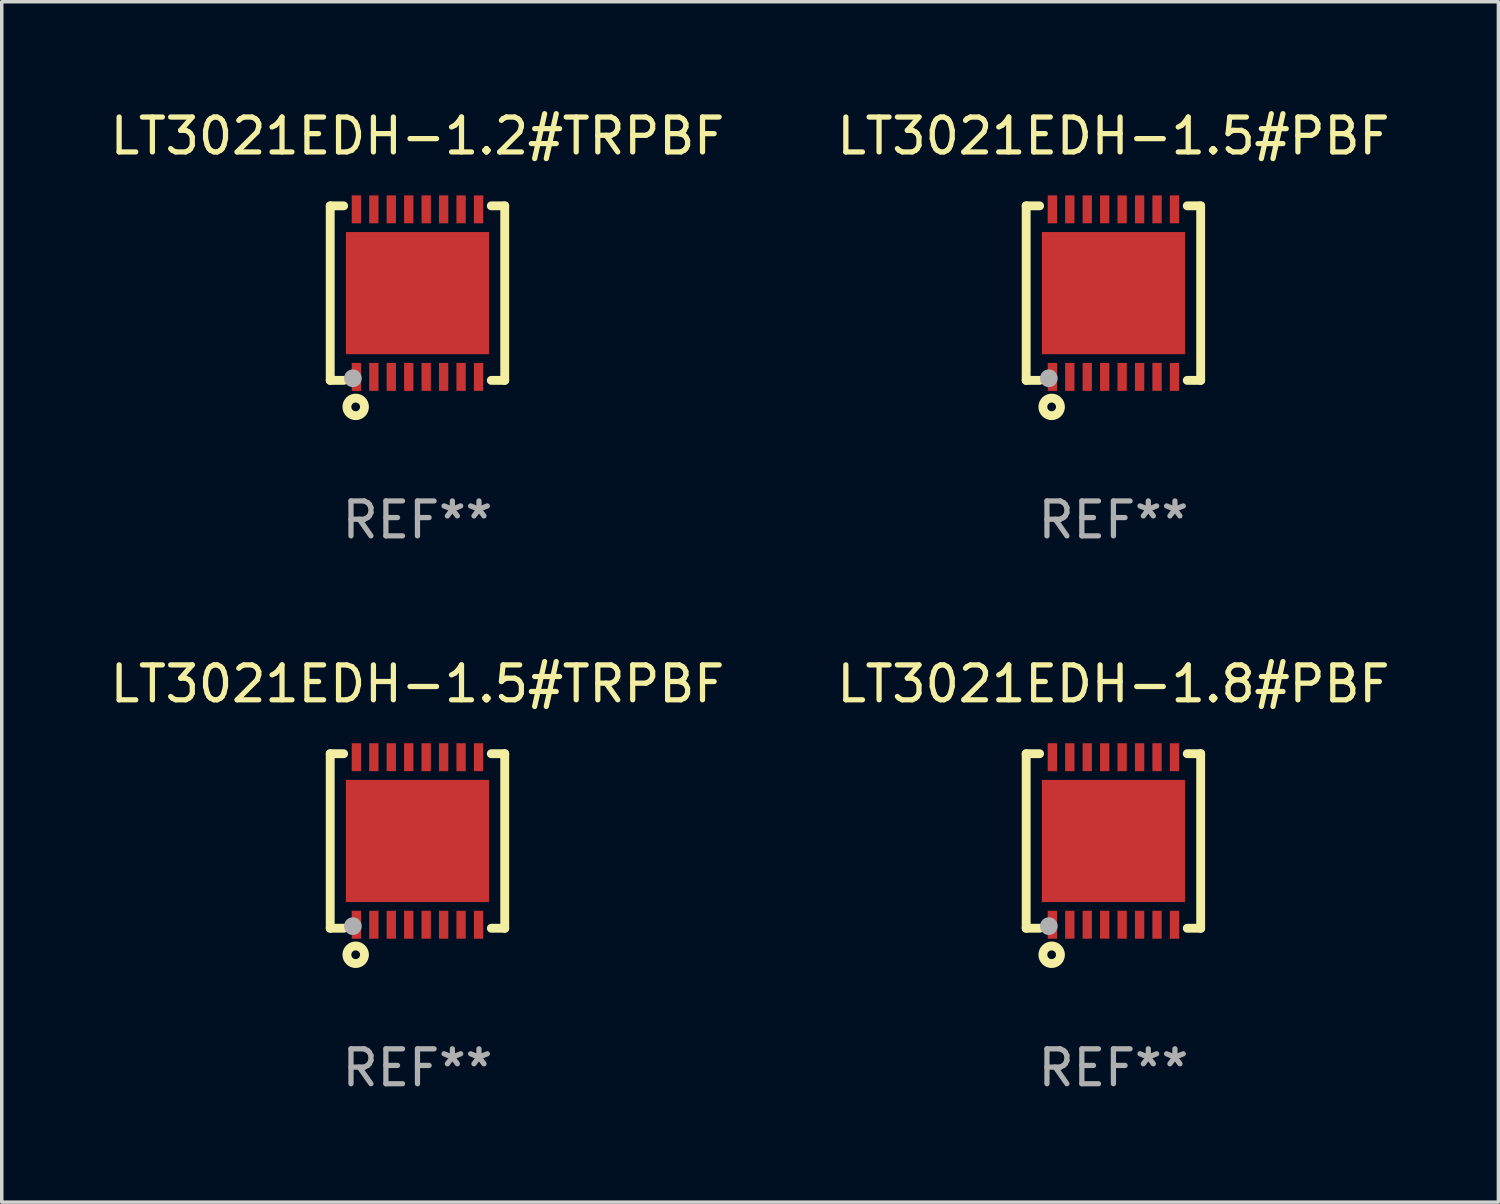
<source format=kicad_pcb>
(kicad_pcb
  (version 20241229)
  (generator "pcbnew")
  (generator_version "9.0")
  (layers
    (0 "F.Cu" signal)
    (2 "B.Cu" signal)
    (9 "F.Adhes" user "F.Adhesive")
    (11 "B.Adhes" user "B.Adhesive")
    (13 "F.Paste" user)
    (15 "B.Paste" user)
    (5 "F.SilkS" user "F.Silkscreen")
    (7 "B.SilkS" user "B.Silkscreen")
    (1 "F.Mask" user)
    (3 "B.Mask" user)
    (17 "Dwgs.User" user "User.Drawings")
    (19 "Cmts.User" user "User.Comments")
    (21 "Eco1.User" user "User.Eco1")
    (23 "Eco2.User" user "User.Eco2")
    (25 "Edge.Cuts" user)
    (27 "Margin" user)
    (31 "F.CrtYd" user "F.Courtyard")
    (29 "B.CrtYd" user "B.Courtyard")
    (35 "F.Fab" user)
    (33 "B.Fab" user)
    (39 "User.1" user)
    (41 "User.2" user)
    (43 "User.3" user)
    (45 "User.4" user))
  (footprint "LT3021EDH-1.5#TRPBF"
    (layer "F.Cu")
    (at 8.911 21.045)
    (property "Reference" "LT3021EDH-1.5#TRPBF" (at 0 -4.5 0) (layer "F.SilkS") (effects (font (size 1 1) (thickness 0.15))))
    (attr through_hole)
    (fp_line (start -2.5 -2.5) (end -2.5 2.5) (stroke (width 0.254) (type solid)) (layer "F.SilkS"))
    (fp_line (start -2.5 -2.5) (end -2.115 -2.5) (stroke (width 0.254) (type solid)) (layer "F.SilkS"))
    (fp_line (start -2.5 2.5) (end -2.115 2.5) (stroke (width 0.254) (type solid)) (layer "F.SilkS"))
    (fp_line (start 2.115 -2.5) (end 2.5 -2.5) (stroke (width 0.254) (type solid)) (layer "F.SilkS"))
    (fp_line (start 2.115 2.5) (end 2.5 2.5) (stroke (width 0.254) (type solid)) (layer "F.SilkS"))
    (fp_line (start 2.5 -2.5) (end 2.5 2.5) (stroke (width 0.254) (type solid)) (layer "F.SilkS"))
    (fp_circle (center -2.5 2.5) (end -2.47 2.5) (stroke (width 0.06) (type solid)) (fill no) (layer "F.SilkS"))
    (fp_circle (center -1.77 3.26) (end -1.645 3.26) (stroke (width 0.254) (type solid)) (fill no) (layer "F.SilkS"))
    (fp_circle (center -1.85 2.44) (end -1.723 2.44) (stroke (width 0.254) (type solid)) (fill no) (layer "F.Fab"))
    (fp_text user "REF**" (at 0 6.5 0) (layer "F.Fab") (effects (font (size 1 1) (thickness 0.15))))
    (pad "1" smd rect (at -1.75 2.4 180) (size 0.267 0.8) (layers "F.Cu" "F.Mask" "F.Paste"))
    (pad "2" smd rect (at -1.25 2.4 180) (size 0.267 0.8) (layers "F.Cu" "F.Mask" "F.Paste"))
    (pad "3" smd rect (at -0.75 2.4 180) (size 0.267 0.8) (layers "F.Cu" "F.Mask" "F.Paste"))
    (pad "4" smd rect (at -0.25 2.4 180) (size 0.267 0.8) (layers "F.Cu" "F.Mask" "F.Paste"))
    (pad "5" smd rect (at 0.25 2.4 180) (size 0.267 0.8) (layers "F.Cu" "F.Mask" "F.Paste"))
    (pad "6" smd rect (at 0.75 2.4 180) (size 0.267 0.8) (layers "F.Cu" "F.Mask" "F.Paste"))
    (pad "7" smd rect (at 1.25 2.4 180) (size 0.267 0.8) (layers "F.Cu" "F.Mask" "F.Paste"))
    (pad "8" smd rect (at 1.75 2.4 180) (size 0.267 0.8) (layers "F.Cu" "F.Mask" "F.Paste"))
    (pad "9" smd rect (at 1.75 -2.4 180) (size 0.267 0.8) (layers "F.Cu" "F.Mask" "F.Paste"))
    (pad "10" smd rect (at 1.25 -2.4 180) (size 0.267 0.8) (layers "F.Cu" "F.Mask" "F.Paste"))
    (pad "11" smd rect (at 0.75 -2.4 180) (size 0.267 0.8) (layers "F.Cu" "F.Mask" "F.Paste"))
    (pad "12" smd rect (at 0.25 -2.4 180) (size 0.267 0.8) (layers "F.Cu" "F.Mask" "F.Paste"))
    (pad "13" smd rect (at -0.25 -2.4 180) (size 0.267 0.8) (layers "F.Cu" "F.Mask" "F.Paste"))
    (pad "14" smd rect (at -0.75 -2.4 180) (size 0.267 0.8) (layers "F.Cu" "F.Mask" "F.Paste"))
    (pad "15" smd rect (at -1.25 -2.4 180) (size 0.267 0.8) (layers "F.Cu" "F.Mask" "F.Paste"))
    (pad "16" smd rect (at -1.75 -2.4 180) (size 0.267 0.8) (layers "F.Cu" "F.Mask" "F.Paste"))
    (pad "17" smd rect (at 0.000127 0.000114 180) (size 4.1 3.5) (layers "F.Cu" "F.Mask" "F.Paste")))
  (footprint "LT3021EDH-1.8#PBF"
    (layer "F.Cu")
    (at 28.851 21.045)
    (property "Reference" "LT3021EDH-1.8#PBF" (at 0 -4.5 0) (layer "F.SilkS") (effects (font (size 1 1) (thickness 0.15))))
    (attr through_hole)
    (fp_line (start -2.5 -2.5) (end -2.5 2.5) (stroke (width 0.254) (type solid)) (layer "F.SilkS"))
    (fp_line (start -2.5 -2.5) (end -2.115 -2.5) (stroke (width 0.254) (type solid)) (layer "F.SilkS"))
    (fp_line (start -2.5 2.5) (end -2.115 2.5) (stroke (width 0.254) (type solid)) (layer "F.SilkS"))
    (fp_line (start 2.115 -2.5) (end 2.5 -2.5) (stroke (width 0.254) (type solid)) (layer "F.SilkS"))
    (fp_line (start 2.115 2.5) (end 2.5 2.5) (stroke (width 0.254) (type solid)) (layer "F.SilkS"))
    (fp_line (start 2.5 -2.5) (end 2.5 2.5) (stroke (width 0.254) (type solid)) (layer "F.SilkS"))
    (fp_circle (center -2.5 2.5) (end -2.47 2.5) (stroke (width 0.06) (type solid)) (fill no) (layer "F.SilkS"))
    (fp_circle (center -1.77 3.26) (end -1.645 3.26) (stroke (width 0.254) (type solid)) (fill no) (layer "F.SilkS"))
    (fp_circle (center -1.85 2.44) (end -1.723 2.44) (stroke (width 0.254) (type solid)) (fill no) (layer "F.Fab"))
    (fp_text user "REF**" (at 0 6.5 0) (layer "F.Fab") (effects (font (size 1 1) (thickness 0.15))))
    (pad "1" smd rect (at -1.75 2.4 180) (size 0.267 0.8) (layers "F.Cu" "F.Mask" "F.Paste"))
    (pad "2" smd rect (at -1.25 2.4 180) (size 0.267 0.8) (layers "F.Cu" "F.Mask" "F.Paste"))
    (pad "3" smd rect (at -0.75 2.4 180) (size 0.267 0.8) (layers "F.Cu" "F.Mask" "F.Paste"))
    (pad "4" smd rect (at -0.25 2.4 180) (size 0.267 0.8) (layers "F.Cu" "F.Mask" "F.Paste"))
    (pad "5" smd rect (at 0.25 2.4 180) (size 0.267 0.8) (layers "F.Cu" "F.Mask" "F.Paste"))
    (pad "6" smd rect (at 0.75 2.4 180) (size 0.267 0.8) (layers "F.Cu" "F.Mask" "F.Paste"))
    (pad "7" smd rect (at 1.25 2.4 180) (size 0.267 0.8) (layers "F.Cu" "F.Mask" "F.Paste"))
    (pad "8" smd rect (at 1.75 2.4 180) (size 0.267 0.8) (layers "F.Cu" "F.Mask" "F.Paste"))
    (pad "9" smd rect (at 1.75 -2.4 180) (size 0.267 0.8) (layers "F.Cu" "F.Mask" "F.Paste"))
    (pad "10" smd rect (at 1.25 -2.4 180) (size 0.267 0.8) (layers "F.Cu" "F.Mask" "F.Paste"))
    (pad "11" smd rect (at 0.75 -2.4 180) (size 0.267 0.8) (layers "F.Cu" "F.Mask" "F.Paste"))
    (pad "12" smd rect (at 0.25 -2.4 180) (size 0.267 0.8) (layers "F.Cu" "F.Mask" "F.Paste"))
    (pad "13" smd rect (at -0.25 -2.4 180) (size 0.267 0.8) (layers "F.Cu" "F.Mask" "F.Paste"))
    (pad "14" smd rect (at -0.75 -2.4 180) (size 0.267 0.8) (layers "F.Cu" "F.Mask" "F.Paste"))
    (pad "15" smd rect (at -1.25 -2.4 180) (size 0.267 0.8) (layers "F.Cu" "F.Mask" "F.Paste"))
    (pad "16" smd rect (at -1.75 -2.4 180) (size 0.267 0.8) (layers "F.Cu" "F.Mask" "F.Paste"))
    (pad "17" smd rect (at 0.000127 0.000114 180) (size 4.1 3.5) (layers "F.Cu" "F.Mask" "F.Paste")))
  (footprint "LT3021EDH-1.5#PBF"
    (layer "F.Cu")
    (at 28.851 5.348)
    (property "Reference" "LT3021EDH-1.5#PBF" (at 0 -4.5 0) (layer "F.SilkS") (effects (font (size 1 1) (thickness 0.15))))
    (attr through_hole)
    (fp_line (start -2.5 -2.5) (end -2.5 2.5) (stroke (width 0.254) (type solid)) (layer "F.SilkS"))
    (fp_line (start -2.5 -2.5) (end -2.115 -2.5) (stroke (width 0.254) (type solid)) (layer "F.SilkS"))
    (fp_line (start -2.5 2.5) (end -2.115 2.5) (stroke (width 0.254) (type solid)) (layer "F.SilkS"))
    (fp_line (start 2.115 -2.5) (end 2.5 -2.5) (stroke (width 0.254) (type solid)) (layer "F.SilkS"))
    (fp_line (start 2.115 2.5) (end 2.5 2.5) (stroke (width 0.254) (type solid)) (layer "F.SilkS"))
    (fp_line (start 2.5 -2.5) (end 2.5 2.5) (stroke (width 0.254) (type solid)) (layer "F.SilkS"))
    (fp_circle (center -2.5 2.5) (end -2.47 2.5) (stroke (width 0.06) (type solid)) (fill no) (layer "F.SilkS"))
    (fp_circle (center -1.77 3.26) (end -1.645 3.26) (stroke (width 0.254) (type solid)) (fill no) (layer "F.SilkS"))
    (fp_circle (center -1.85 2.44) (end -1.723 2.44) (stroke (width 0.254) (type solid)) (fill no) (layer "F.Fab"))
    (fp_text user "REF**" (at 0 6.5 0) (layer "F.Fab") (effects (font (size 1 1) (thickness 0.15))))
    (pad "1" smd rect (at -1.75 2.4 180) (size 0.267 0.8) (layers "F.Cu" "F.Mask" "F.Paste"))
    (pad "2" smd rect (at -1.25 2.4 180) (size 0.267 0.8) (layers "F.Cu" "F.Mask" "F.Paste"))
    (pad "3" smd rect (at -0.75 2.4 180) (size 0.267 0.8) (layers "F.Cu" "F.Mask" "F.Paste"))
    (pad "4" smd rect (at -0.25 2.4 180) (size 0.267 0.8) (layers "F.Cu" "F.Mask" "F.Paste"))
    (pad "5" smd rect (at 0.25 2.4 180) (size 0.267 0.8) (layers "F.Cu" "F.Mask" "F.Paste"))
    (pad "6" smd rect (at 0.75 2.4 180) (size 0.267 0.8) (layers "F.Cu" "F.Mask" "F.Paste"))
    (pad "7" smd rect (at 1.25 2.4 180) (size 0.267 0.8) (layers "F.Cu" "F.Mask" "F.Paste"))
    (pad "8" smd rect (at 1.75 2.4 180) (size 0.267 0.8) (layers "F.Cu" "F.Mask" "F.Paste"))
    (pad "9" smd rect (at 1.75 -2.4 180) (size 0.267 0.8) (layers "F.Cu" "F.Mask" "F.Paste"))
    (pad "10" smd rect (at 1.25 -2.4 180) (size 0.267 0.8) (layers "F.Cu" "F.Mask" "F.Paste"))
    (pad "11" smd rect (at 0.75 -2.4 180) (size 0.267 0.8) (layers "F.Cu" "F.Mask" "F.Paste"))
    (pad "12" smd rect (at 0.25 -2.4 180) (size 0.267 0.8) (layers "F.Cu" "F.Mask" "F.Paste"))
    (pad "13" smd rect (at -0.25 -2.4 180) (size 0.267 0.8) (layers "F.Cu" "F.Mask" "F.Paste"))
    (pad "14" smd rect (at -0.75 -2.4 180) (size 0.267 0.8) (layers "F.Cu" "F.Mask" "F.Paste"))
    (pad "15" smd rect (at -1.25 -2.4 180) (size 0.267 0.8) (layers "F.Cu" "F.Mask" "F.Paste"))
    (pad "16" smd rect (at -1.75 -2.4 180) (size 0.267 0.8) (layers "F.Cu" "F.Mask" "F.Paste"))
    (pad "17" smd rect (at 0.000127 0.000114 180) (size 4.1 3.5) (layers "F.Cu" "F.Mask" "F.Paste")))
  (footprint "LT3021EDH-1.2#TRPBF"
    (layer "F.Cu")
    (at 8.911 5.348)
    (property "Reference" "LT3021EDH-1.2#TRPBF" (at 0 -4.5 0) (layer "F.SilkS") (effects (font (size 1 1) (thickness 0.15))))
    (attr through_hole)
    (fp_line (start -2.5 -2.5) (end -2.5 2.5) (stroke (width 0.254) (type solid)) (layer "F.SilkS"))
    (fp_line (start -2.5 -2.5) (end -2.115 -2.5) (stroke (width 0.254) (type solid)) (layer "F.SilkS"))
    (fp_line (start -2.5 2.5) (end -2.115 2.5) (stroke (width 0.254) (type solid)) (layer "F.SilkS"))
    (fp_line (start 2.115 -2.5) (end 2.5 -2.5) (stroke (width 0.254) (type solid)) (layer "F.SilkS"))
    (fp_line (start 2.115 2.5) (end 2.5 2.5) (stroke (width 0.254) (type solid)) (layer "F.SilkS"))
    (fp_line (start 2.5 -2.5) (end 2.5 2.5) (stroke (width 0.254) (type solid)) (layer "F.SilkS"))
    (fp_circle (center -2.5 2.5) (end -2.47 2.5) (stroke (width 0.06) (type solid)) (fill no) (layer "F.SilkS"))
    (fp_circle (center -1.77 3.26) (end -1.645 3.26) (stroke (width 0.254) (type solid)) (fill no) (layer "F.SilkS"))
    (fp_circle (center -1.85 2.44) (end -1.723 2.44) (stroke (width 0.254) (type solid)) (fill no) (layer "F.Fab"))
    (fp_text user "REF**" (at 0 6.5 0) (layer "F.Fab") (effects (font (size 1 1) (thickness 0.15))))
    (pad "1" smd rect (at -1.75 2.4 180) (size 0.267 0.8) (layers "F.Cu" "F.Mask" "F.Paste"))
    (pad "2" smd rect (at -1.25 2.4 180) (size 0.267 0.8) (layers "F.Cu" "F.Mask" "F.Paste"))
    (pad "3" smd rect (at -0.75 2.4 180) (size 0.267 0.8) (layers "F.Cu" "F.Mask" "F.Paste"))
    (pad "4" smd rect (at -0.25 2.4 180) (size 0.267 0.8) (layers "F.Cu" "F.Mask" "F.Paste"))
    (pad "5" smd rect (at 0.25 2.4 180) (size 0.267 0.8) (layers "F.Cu" "F.Mask" "F.Paste"))
    (pad "6" smd rect (at 0.75 2.4 180) (size 0.267 0.8) (layers "F.Cu" "F.Mask" "F.Paste"))
    (pad "7" smd rect (at 1.25 2.4 180) (size 0.267 0.8) (layers "F.Cu" "F.Mask" "F.Paste"))
    (pad "8" smd rect (at 1.75 2.4 180) (size 0.267 0.8) (layers "F.Cu" "F.Mask" "F.Paste"))
    (pad "9" smd rect (at 1.75 -2.4 180) (size 0.267 0.8) (layers "F.Cu" "F.Mask" "F.Paste"))
    (pad "10" smd rect (at 1.25 -2.4 180) (size 0.267 0.8) (layers "F.Cu" "F.Mask" "F.Paste"))
    (pad "11" smd rect (at 0.75 -2.4 180) (size 0.267 0.8) (layers "F.Cu" "F.Mask" "F.Paste"))
    (pad "12" smd rect (at 0.25 -2.4 180) (size 0.267 0.8) (layers "F.Cu" "F.Mask" "F.Paste"))
    (pad "13" smd rect (at -0.25 -2.4 180) (size 0.267 0.8) (layers "F.Cu" "F.Mask" "F.Paste"))
    (pad "14" smd rect (at -0.75 -2.4 180) (size 0.267 0.8) (layers "F.Cu" "F.Mask" "F.Paste"))
    (pad "15" smd rect (at -1.25 -2.4 180) (size 0.267 0.8) (layers "F.Cu" "F.Mask" "F.Paste"))
    (pad "16" smd rect (at -1.75 -2.4 180) (size 0.267 0.8) (layers "F.Cu" "F.Mask" "F.Paste"))
    (pad "17" smd rect (at 0.000127 0.000114 180) (size 4.1 3.5) (layers "F.Cu" "F.Mask" "F.Paste")))
  (gr_rect
    (start -3 -3)
    (end 39.881 31.393)
    (stroke (width 0.1) (type default))
    (fill no)
    (layer "Edge.Cuts")))
</source>
